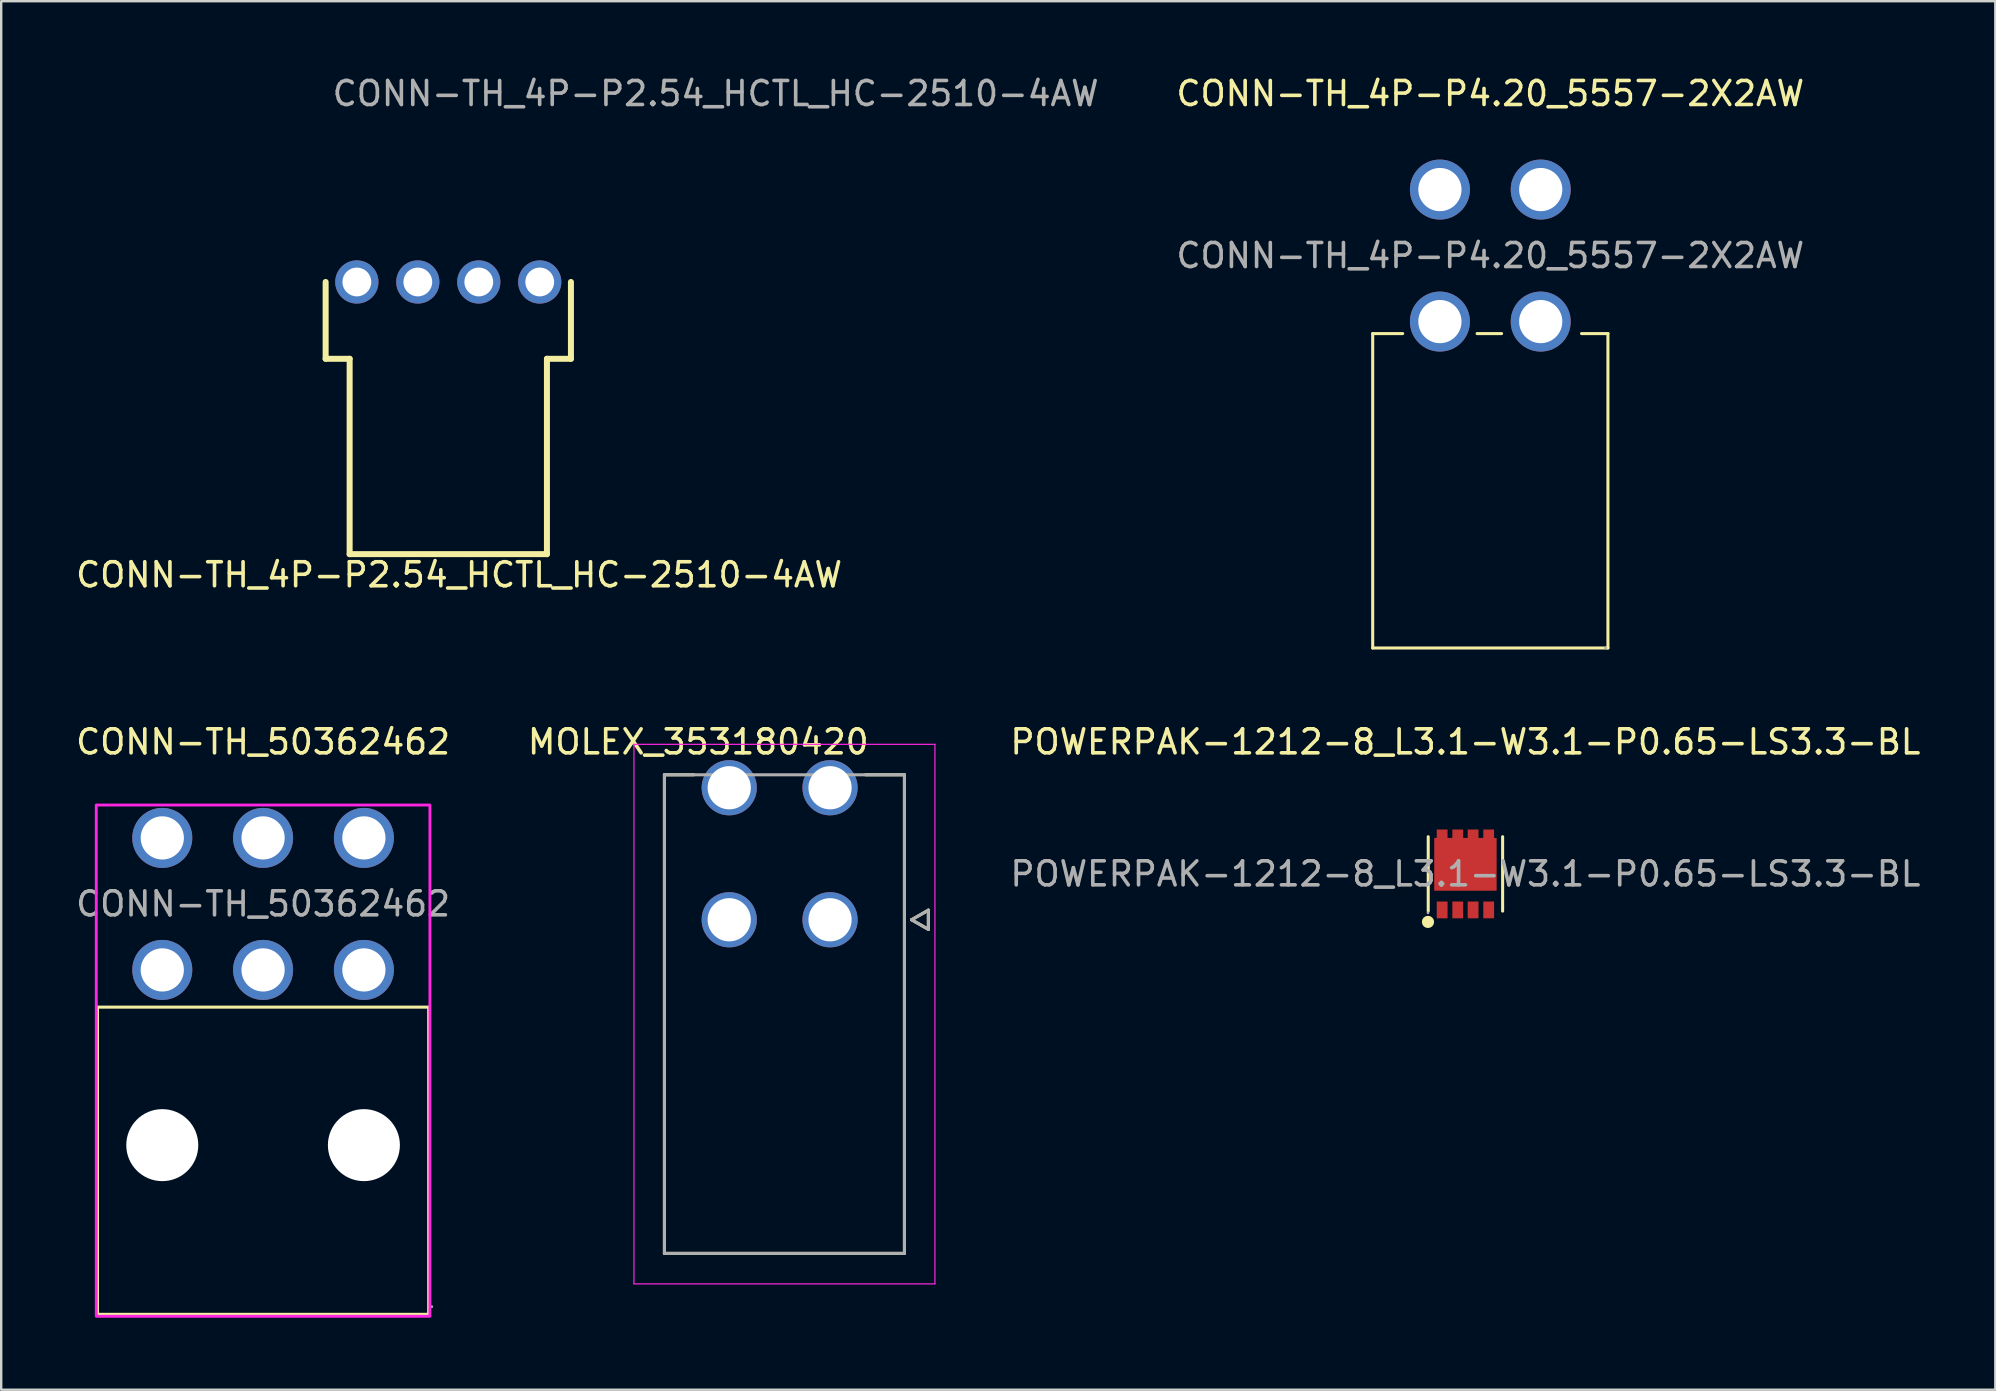
<source format=kicad_pcb>
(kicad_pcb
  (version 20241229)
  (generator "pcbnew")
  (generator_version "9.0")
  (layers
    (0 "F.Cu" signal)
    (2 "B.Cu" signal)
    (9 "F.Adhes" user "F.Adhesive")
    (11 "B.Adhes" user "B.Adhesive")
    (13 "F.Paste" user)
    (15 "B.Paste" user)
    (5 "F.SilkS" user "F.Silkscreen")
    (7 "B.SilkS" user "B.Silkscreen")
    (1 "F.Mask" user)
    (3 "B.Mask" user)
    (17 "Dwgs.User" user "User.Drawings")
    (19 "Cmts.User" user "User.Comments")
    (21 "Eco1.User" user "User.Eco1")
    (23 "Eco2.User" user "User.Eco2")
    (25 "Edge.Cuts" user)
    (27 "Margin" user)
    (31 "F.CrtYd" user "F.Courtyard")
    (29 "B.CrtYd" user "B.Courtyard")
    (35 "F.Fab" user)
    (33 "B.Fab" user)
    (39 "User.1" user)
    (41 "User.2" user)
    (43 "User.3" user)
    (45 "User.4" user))
  (footprint "CONN-TH_4P-P4.20_5557-2X2AW"
    (layer "F.Cu")
    (at 59.041 7.598)
    (property "Reference" "CONN-TH_4P-P4.20_5557-2X2AW" (at 0 -6.75 0) (layer "F.SilkS") (effects (font (size 1 1) (thickness 0.15))))
    (attr smd)
    (fp_line (start -4.9 3.25) (end -4.9 16.35) (stroke (width 0.127) (type solid)) (layer "F.SilkS"))
    (fp_line (start -4.9 3.25) (end -3.65 3.25) (stroke (width 0.127) (type solid)) (layer "F.SilkS"))
    (fp_line (start -4.9 16.35) (end 4.9 16.35) (stroke (width 0.127) (type solid)) (layer "F.SilkS"))
    (fp_line (start -0.55 3.25) (end 0.47 3.25) (stroke (width 0.127) (type solid)) (layer "F.SilkS"))
    (fp_line (start 4.9 3.25) (end 3.8 3.25) (stroke (width 0.127) (type solid)) (layer "F.SilkS"))
    (fp_line (start 4.9 3.25) (end 4.9 16.35) (stroke (width 0.127) (type solid)) (layer "F.SilkS"))
    (fp_circle (center 4.8 16.35) (end 4.83 16.35) (stroke (width 0.06) (type solid)) (fill no) (layer "F.Fab"))
    (fp_text user "${REFERENCE}" (at 0 0 0) (layer "F.Fab") (effects (font (size 1 1) (thickness 0.15))))
    (pad "1" thru_hole circle (at -2.1 2.75) (size 2.5 2.5) (drill 1.8) (layers "*.Cu" "*.Paste" "*.Mask"))
    (pad "2" thru_hole circle (at -2.1 -2.75) (size 2.5 2.5) (drill 1.8) (layers "*.Cu" "*.Paste" "*.Mask"))
    (pad "3" thru_hole circle (at 2.1 -2.75) (size 2.5 2.5) (drill 1.8) (layers "*.Cu" "*.Paste" "*.Mask"))
    (pad "4" thru_hole circle (at 2.1 2.75) (size 2.5 2.5) (drill 1.8) (layers "*.Cu" "*.Paste" "*.Mask")))
  (footprint "MOLEX_353180420"
    (layer "F.Cu")
    (at 31.532 35.27)
    (property "Reference" "MOLEX_353180420" (at -5.49 -7.41 0) (layer "F.SilkS") (effects (font (size 1 1) (thickness 0.15))))
    (attr through_hole)
    (fp_circle (center -4.2 -5.5) (end -3.587 -5.5) (stroke (width 1.226) (type solid)) (fill no) (layer "F.Mask"))
    (fp_circle (center -4.2 0) (end -3.587 0) (stroke (width 1.226) (type solid)) (fill no) (layer "F.Mask"))
    (fp_circle (center 0 -5.5) (end 0.613 -5.5) (stroke (width 1.226) (type solid)) (fill no) (layer "F.Mask"))
    (fp_poly (pts (xy -1.226 -1.226) (xy 1.226 -1.226) (xy 1.226 1.226) (xy -1.226 1.226)) (stroke (width 0.01) (type solid)) (fill yes) (layer "F.Mask"))
    (fp_circle (center -4.2 -5.5) (end -3.587 -5.5) (stroke (width 1.226) (type solid)) (fill no) (layer "B.Mask"))
    (fp_circle (center -4.2 0) (end -3.587 0) (stroke (width 1.226) (type solid)) (fill no) (layer "B.Mask"))
    (fp_circle (center 0 -5.5) (end 0.613 -5.5) (stroke (width 1.226) (type solid)) (fill no) (layer "B.Mask"))
    (fp_poly (pts (xy -1.226 -1.226) (xy 1.226 -1.226) (xy 1.226 1.226) (xy -1.226 1.226)) (stroke (width 0.01) (type solid)) (fill yes) (layer "B.Mask"))
    (fp_line (start -6.9 -6.04) (end -5.676 -6.04) (stroke (width 0.127) (type solid)) (layer "F.SilkS"))
    (fp_line (start -6.9 13.9) (end -6.9 -6.04) (stroke (width 0.127) (type solid)) (layer "F.SilkS"))
    (fp_line (start 3.1 -6.04) (end 1.476 -6.04) (stroke (width 0.127) (type solid)) (layer "F.SilkS"))
    (fp_line (start 3.1 -6.04) (end 3.1 13.9) (stroke (width 0.127) (type solid)) (layer "F.SilkS"))
    (fp_line (start 3.1 13.9) (end -6.9 13.9) (stroke (width 0.127) (type solid)) (layer "F.SilkS"))
    (fp_line (start 3.397 0) (end 4.097 0.4) (stroke (width 0.127) (type solid)) (layer "F.SilkS"))
    (fp_line (start 4.097 -0.4) (end 3.397 0) (stroke (width 0.127) (type solid)) (layer "F.SilkS"))
    (fp_line (start 4.097 0.4) (end 4.097 -0.4) (stroke (width 0.127) (type solid)) (layer "F.SilkS"))
    (fp_line (start -8.17 -7.31) (end 4.37 -7.31) (stroke (width 0.05) (type solid)) (layer "F.CrtYd"))
    (fp_line (start -8.17 15.17) (end -8.17 -7.31) (stroke (width 0.05) (type solid)) (layer "F.CrtYd"))
    (fp_line (start 4.37 -7.31) (end 4.37 15.17) (stroke (width 0.05) (type solid)) (layer "F.CrtYd"))
    (fp_line (start 4.37 15.17) (end -8.17 15.17) (stroke (width 0.05) (type solid)) (layer "F.CrtYd"))
    (fp_line (start -6.9 -6.04) (end 3.1 -6.04) (stroke (width 0.127) (type solid)) (layer "F.Fab"))
    (fp_line (start -6.9 13.9) (end -6.9 -6.04) (stroke (width 0.127) (type solid)) (layer "F.Fab"))
    (fp_line (start 3.1 -6.04) (end 3.1 13.9) (stroke (width 0.127) (type solid)) (layer "F.Fab"))
    (fp_line (start 3.1 13.9) (end -6.9 13.9) (stroke (width 0.127) (type solid)) (layer "F.Fab"))
    (fp_line (start 3.397 0) (end 4.097 0.4) (stroke (width 0.127) (type solid)) (layer "F.Fab"))
    (fp_line (start 4.097 -0.4) (end 3.397 0) (stroke (width 0.127) (type solid)) (layer "F.Fab"))
    (fp_line (start 4.097 0.4) (end 4.097 -0.4) (stroke (width 0.127) (type solid)) (layer "F.Fab"))
    (pad "1" thru_hole circle (at -4.2 0) (size 2.3 2.3) (drill 1.8) (layers "*.Cu"))
    (pad "2" thru_hole circle (at -4.2 -5.5) (size 2.3 2.3) (drill 1.8) (layers "*.Cu"))
    (pad "3" thru_hole circle (at 0 -5.5) (size 2.3 2.3) (drill 1.8) (layers "*.Cu"))
    (pad "4" thru_hole circle (at 0 0) (size 2.3 2.3) (drill 1.8) (layers "*.Cu")))
  (footprint "CONN-TH_4P-P2.54_HCTL_HC-2510-4AW"
    (layer "F.Cu")
    (at 15.627 8.698)
    (property "Reference" "CONN-TH_4P-P2.54_HCTL_HC-2510-4AW" (at 0.45 12.2 0) (layer "F.SilkS") (effects (font (size 1 1) (thickness 0.15))))
    (attr smd)
    (fp_line (start -5.11 3.2) (end -5.11 0) (stroke (width 0.25) (type solid)) (layer "F.SilkS"))
    (fp_line (start -4.11 3.2) (end -5.11 3.2) (stroke (width 0.25) (type solid)) (layer "F.SilkS"))
    (fp_line (start -4.11 11.34) (end -4.11 3.2) (stroke (width 0.25) (type solid)) (layer "F.SilkS"))
    (fp_line (start 4.11 11.34) (end -4.11 11.34) (stroke (width 0.25) (type solid)) (layer "F.SilkS"))
    (fp_line (start 4.11 11.34) (end 4.11 3.2) (stroke (width 0.25) (type solid)) (layer "F.SilkS"))
    (fp_line (start 5.11 0) (end 5.11 3.2) (stroke (width 0.25) (type solid)) (layer "F.SilkS"))
    (fp_line (start 5.11 3.2) (end 4.11 3.2) (stroke (width 0.25) (type solid)) (layer "F.SilkS"))
    (fp_text user "${REFERENCE}" (at 11.14 -7.85 0) (layer "F.Fab") (effects (font (size 1 1) (thickness 0.15))))
    (pad "1" thru_hole circle (at -3.81 0) (size 1.8 1.8) (drill 1.2) (layers "*.Cu" "*.Paste" "*.Mask"))
    (pad "2" thru_hole circle (at -1.27 0) (size 1.8 1.8) (drill 1.2) (layers "*.Cu" "*.Paste" "*.Mask"))
    (pad "3" thru_hole circle (at 1.27 0) (size 1.8 1.8) (drill 1.2) (layers "*.Cu" "*.Paste" "*.Mask"))
    (pad "4" thru_hole circle (at 3.81 0) (size 1.8 1.8) (drill 1.2) (layers "*.Cu" "*.Paste" "*.Mask")))
  (footprint "POWERPAK-1212-8_L3.1-W3.1-P0.65-LS3.3-BL"
    (layer "F.Cu")
    (at 58.004 33.36)
    (property "Reference" "POWERPAK-1212-8_L3.1-W3.1-P0.65-LS3.3-BL" (at 0 -5.5 0) (layer "F.SilkS") (effects (font (size 1 1) (thickness 0.15))))
    (attr smd)
    (fp_line (start -1.55 1.55) (end -1.55 -1.55) (stroke (width 0.127) (type solid)) (layer "F.SilkS"))
    (fp_line (start 1.55 -1.55) (end 1.55 1.55) (stroke (width 0.127) (type solid)) (layer "F.SilkS"))
    (fp_circle (center -1.56 2) (end -1.43 2) (stroke (width 0.25) (type solid)) (fill no) (layer "F.SilkS"))
    (fp_circle (center -1.56 1.62) (end -1.53 1.62) (stroke (width 0.06) (type solid)) (fill no) (layer "F.Fab"))
    (fp_text user "${REFERENCE}" (at 0 0 0) (layer "F.Fab") (effects (font (size 1 1) (thickness 0.15))))
    (pad "1" smd rect (at -0.97 1.5) (size 0.45 0.7) (layers "F.Cu" "F.Mask" "F.Paste"))
    (pad "2" smd rect (at -0.32 1.5) (size 0.45 0.7) (layers "F.Cu" "F.Mask" "F.Paste"))
    (pad "3" smd rect (at 0.32 1.5) (size 0.45 0.7) (layers "F.Cu" "F.Mask" "F.Paste"))
    (pad "4" smd rect (at 0.97 1.5) (size 0.45 0.7) (layers "F.Cu" "F.Mask" "F.Paste"))
    (pad "5" smd rect (at 0.97 -1.5) (size 0.45 0.7) (layers "F.Cu" "F.Mask" "F.Paste"))
    (pad "6" smd rect (at 0.32 -1.5) (size 0.45 0.7) (layers "F.Cu" "F.Mask" "F.Paste"))
    (pad "7" smd rect (at -0.32 -1.5) (size 0.45 0.7) (layers "F.Cu" "F.Mask" "F.Paste"))
    (pad "8" smd rect (at -0.97 -1.5) (size 0.45 0.7) (layers "F.Cu" "F.Mask" "F.Paste"))
    (pad "8" smd rect (at 0 -0.4) (size 2.6 2.2) (layers "F.Cu" "F.Mask" "F.Paste")))
  (footprint "CONN-TH_50362462"
    (layer "F.Cu")
    (at 7.911 34.61)
    (property "Reference" "CONN-TH_50362462" (at 0 -6.75 0) (layer "F.SilkS") (effects (font (size 1 1) (thickness 0.15))))
    (attr smd)
    (fp_rect (start -6.9 4.3) (end 6.9 17.1) (stroke (width 0.127) (type default)) (fill no) (layer "F.SilkS"))
    (fp_rect (start -6.95 -4.12) (end 6.95 17.18) (stroke (width 0.12) (type default)) (fill no) (layer "F.CrtYd"))
    (fp_circle (center -4.2 -2.75) (end -3.8 -2.75) (stroke (width 0.8) (type solid)) (fill no) (layer "F.Fab"))
    (fp_circle (center -4.2 2.75) (end -3.8 2.75) (stroke (width 0.8) (type solid)) (fill no) (layer "F.Fab"))
    (fp_circle (center -4.2 10.05) (end -3.5 10.05) (stroke (width 1.4) (type solid)) (fill no) (layer "F.Fab"))
    (fp_circle (center 0 -2.75) (end 0.4 -2.75) (stroke (width 0.8) (type solid)) (fill no) (layer "F.Fab"))
    (fp_circle (center 0 2.75) (end 0.4 2.75) (stroke (width 0.8) (type solid)) (fill no) (layer "F.Fab"))
    (fp_circle (center 4.2 -2.75) (end 4.6 -2.75) (stroke (width 0.8) (type solid)) (fill no) (layer "F.Fab"))
    (fp_circle (center 4.2 2.75) (end 4.6 2.75) (stroke (width 0.8) (type solid)) (fill no) (layer "F.Fab"))
    (fp_circle (center 4.2 10.05) (end 4.9 10.05) (stroke (width 1.4) (type solid)) (fill no) (layer "F.Fab"))
    (fp_circle (center 7.03 16.78) (end 7.06 16.78) (stroke (width 0.06) (type solid)) (fill no) (layer "F.Fab"))
    (fp_text user "${REFERENCE}" (at 0 0 0) (layer "F.Fab") (effects (font (size 1 1) (thickness 0.15))))
    (pad "" np_thru_hole circle (at -4.2 10.05) (size 3 3) (drill 3) (layers "*.Cu" "*.Mask"))
    (pad "" np_thru_hole circle (at 4.2 10.05) (size 3 3) (drill 3) (layers "*.Cu" "*.Mask"))
    (pad "1" thru_hole circle (at 4.2 2.75) (size 2.5 2.5) (drill 1.8) (layers "*.Cu" "*.Paste" "*.Mask"))
    (pad "2" thru_hole circle (at 0 2.75) (size 2.5 2.5) (drill 1.8) (layers "*.Cu" "*.Paste" "*.Mask"))
    (pad "3" thru_hole circle (at -4.2 2.75) (size 2.5 2.5) (drill 1.8) (layers "*.Cu" "*.Paste" "*.Mask"))
    (pad "4" thru_hole circle (at 4.2 -2.75) (size 2.5 2.5) (drill 1.8) (layers "*.Cu" "*.Paste" "*.Mask"))
    (pad "5" thru_hole circle (at 0 -2.75) (size 2.5 2.5) (drill 1.8) (layers "*.Cu" "*.Paste" "*.Mask"))
    (pad "6" thru_hole circle (at -4.2 -2.75) (size 2.5 2.5) (drill 1.8) (layers "*.Cu" "*.Paste" "*.Mask")))
  (gr_rect
    (start -3 -3)
    (end 80.081 54.85)
    (stroke (width 0.1) (type default))
    (fill no)
    (layer "Edge.Cuts")))
</source>
